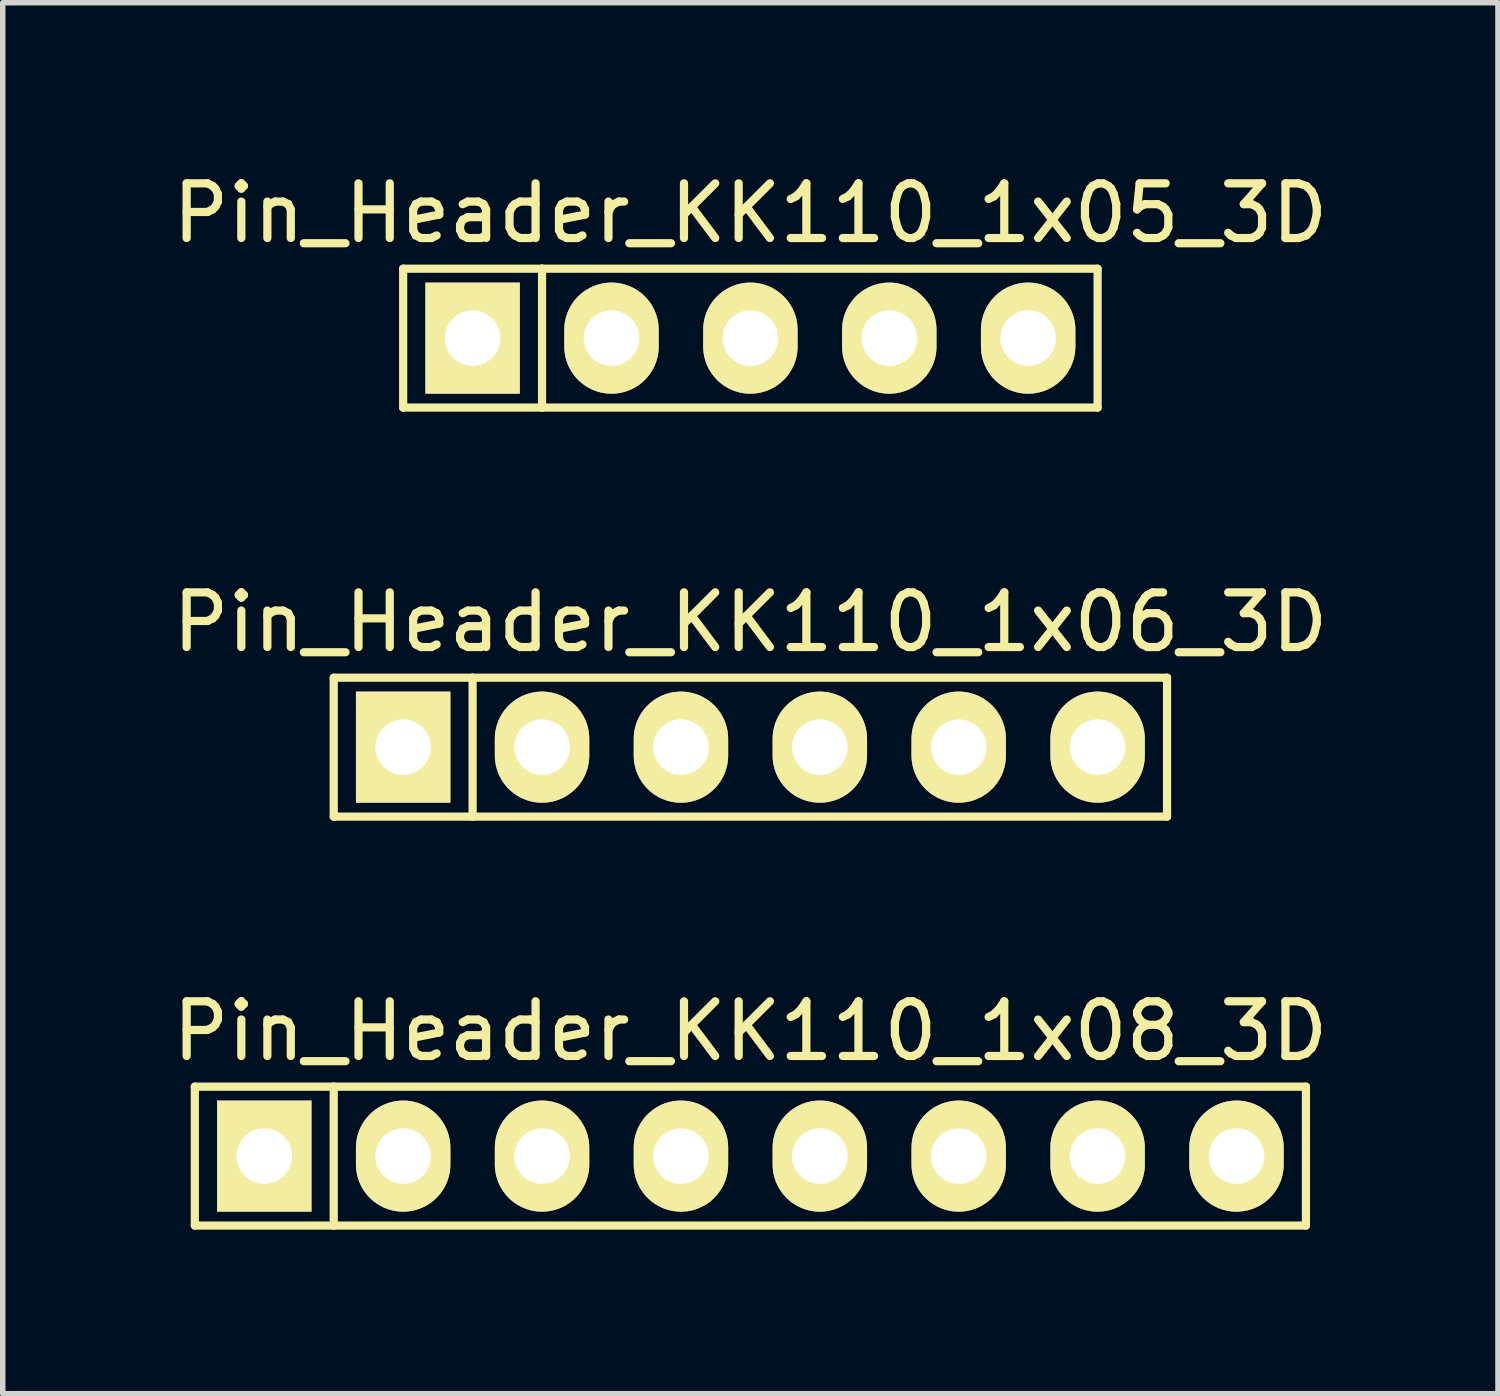
<source format=kicad_pcb>
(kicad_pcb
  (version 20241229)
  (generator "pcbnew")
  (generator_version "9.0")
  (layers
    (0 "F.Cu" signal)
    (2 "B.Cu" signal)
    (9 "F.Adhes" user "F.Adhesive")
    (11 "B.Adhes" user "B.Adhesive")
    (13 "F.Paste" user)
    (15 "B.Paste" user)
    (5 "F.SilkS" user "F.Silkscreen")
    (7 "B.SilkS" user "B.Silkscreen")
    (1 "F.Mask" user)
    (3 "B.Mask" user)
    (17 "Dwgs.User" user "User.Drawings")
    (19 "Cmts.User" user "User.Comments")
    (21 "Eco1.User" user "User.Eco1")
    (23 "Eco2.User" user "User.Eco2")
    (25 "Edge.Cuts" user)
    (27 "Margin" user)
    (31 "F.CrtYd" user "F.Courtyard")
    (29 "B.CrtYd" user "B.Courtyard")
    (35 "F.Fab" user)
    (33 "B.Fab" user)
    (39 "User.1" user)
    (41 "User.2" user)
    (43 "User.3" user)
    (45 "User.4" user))
  (footprint "Pin_Header_KK110_1x08_3D"
    (layer "F.Cu")
    (at 10.673 18.093)
    (property "Reference" "Pin_Header_KK110_1x08_3D" (at 0 -2.286 0) (layer "F.SilkS") (effects (font (size 1 1) (thickness 0.15))))
    (attr through_hole)
    (fp_line (start -10.16 -1.27) (end -10.16 1.27) (stroke (width 0.15) (type solid)) (layer "F.SilkS"))
    (fp_line (start -10.16 -1.27) (end -7.62 -1.27) (stroke (width 0.15) (type solid)) (layer "F.SilkS"))
    (fp_line (start -10.16 1.27) (end -7.62 1.27) (stroke (width 0.15) (type solid)) (layer "F.SilkS"))
    (fp_line (start -7.62 -1.27) (end -7.62 1.27) (stroke (width 0.15) (type solid)) (layer "F.SilkS"))
    (fp_line (start -7.62 -1.27) (end 10.16 -1.27) (stroke (width 0.15) (type solid)) (layer "F.SilkS"))
    (fp_line (start 10.16 -1.27) (end 10.16 1.27) (stroke (width 0.15) (type solid)) (layer "F.SilkS"))
    (fp_line (start 10.16 1.27) (end -7.62 1.27) (stroke (width 0.15) (type solid)) (layer "F.SilkS"))
    (pad "1" thru_hole rect (at -8.89 0) (size 1.727 2.032) (drill 1.016) (layers "*.Cu" "*.Mask" "F.SilkS"))
    (pad "2" thru_hole oval (at -6.35 0) (size 1.727 2.032) (drill 1.016) (layers "*.Cu" "*.Mask" "F.SilkS"))
    (pad "3" thru_hole oval (at -3.81 0) (size 1.727 2.032) (drill 1.016) (layers "*.Cu" "*.Mask" "F.SilkS"))
    (pad "4" thru_hole oval (at -1.27 0) (size 1.727 2.032) (drill 1.016) (layers "*.Cu" "*.Mask" "F.SilkS"))
    (pad "5" thru_hole oval (at 1.27 0) (size 1.727 2.032) (drill 1.016) (layers "*.Cu" "*.Mask" "F.SilkS"))
    (pad "6" thru_hole oval (at 3.81 0) (size 1.727 2.032) (drill 1.016) (layers "*.Cu" "*.Mask" "F.SilkS"))
    (pad "7" thru_hole oval (at 6.35 0) (size 1.727 2.032) (drill 1.016) (layers "*.Cu" "*.Mask" "F.SilkS"))
    (pad "8" thru_hole oval (at 8.89 0) (size 1.727 2.032) (drill 1.016) (layers "*.Cu" "*.Mask" "F.SilkS")))
  (footprint "Pin_Header_KK110_1x06_3D"
    (layer "F.Cu")
    (at 10.673 10.614)
    (property "Reference" "Pin_Header_KK110_1x06_3D" (at 0 -2.286 0) (layer "F.SilkS") (effects (font (size 1 1) (thickness 0.15))))
    (attr through_hole)
    (fp_line (start -7.62 -1.27) (end -7.62 1.27) (stroke (width 0.15) (type solid)) (layer "F.SilkS"))
    (fp_line (start -7.62 -1.27) (end -5.08 -1.27) (stroke (width 0.15) (type solid)) (layer "F.SilkS"))
    (fp_line (start -7.62 1.27) (end -5.08 1.27) (stroke (width 0.15) (type solid)) (layer "F.SilkS"))
    (fp_line (start -5.08 -1.27) (end -5.08 1.27) (stroke (width 0.15) (type solid)) (layer "F.SilkS"))
    (fp_line (start -5.08 -1.27) (end 7.62 -1.27) (stroke (width 0.15) (type solid)) (layer "F.SilkS"))
    (fp_line (start 7.62 -1.27) (end 7.62 1.27) (stroke (width 0.15) (type solid)) (layer "F.SilkS"))
    (fp_line (start 7.62 1.27) (end -5.08 1.27) (stroke (width 0.15) (type solid)) (layer "F.SilkS"))
    (pad "1" thru_hole rect (at -6.35 0) (size 1.727 2.032) (drill 1.016) (layers "*.Cu" "*.Mask" "F.SilkS"))
    (pad "2" thru_hole oval (at -3.81 0) (size 1.727 2.032) (drill 1.016) (layers "*.Cu" "*.Mask" "F.SilkS"))
    (pad "3" thru_hole oval (at -1.27 0) (size 1.727 2.032) (drill 1.016) (layers "*.Cu" "*.Mask" "F.SilkS"))
    (pad "4" thru_hole oval (at 1.27 0) (size 1.727 2.032) (drill 1.016) (layers "*.Cu" "*.Mask" "F.SilkS"))
    (pad "5" thru_hole oval (at 3.81 0) (size 1.727 2.032) (drill 1.016) (layers "*.Cu" "*.Mask" "F.SilkS"))
    (pad "6" thru_hole oval (at 6.35 0) (size 1.727 2.032) (drill 1.016) (layers "*.Cu" "*.Mask" "F.SilkS")))
  (footprint "Pin_Header_KK110_1x05_3D"
    (layer "F.Cu")
    (at 10.673 3.134)
    (property "Reference" "Pin_Header_KK110_1x05_3D" (at 0 -2.286 0) (layer "F.SilkS") (effects (font (size 1 1) (thickness 0.15))))
    (attr through_hole)
    (fp_line (start -6.35 -1.27) (end -6.35 1.27) (stroke (width 0.15) (type solid)) (layer "F.SilkS"))
    (fp_line (start -6.35 -1.27) (end -3.81 -1.27) (stroke (width 0.15) (type solid)) (layer "F.SilkS"))
    (fp_line (start -6.35 1.27) (end -3.81 1.27) (stroke (width 0.15) (type solid)) (layer "F.SilkS"))
    (fp_line (start -3.81 -1.27) (end -3.81 1.27) (stroke (width 0.15) (type solid)) (layer "F.SilkS"))
    (fp_line (start -3.81 -1.27) (end 6.35 -1.27) (stroke (width 0.15) (type solid)) (layer "F.SilkS"))
    (fp_line (start 6.35 -1.27) (end 6.35 1.27) (stroke (width 0.15) (type solid)) (layer "F.SilkS"))
    (fp_line (start 6.35 1.27) (end -3.81 1.27) (stroke (width 0.15) (type solid)) (layer "F.SilkS"))
    (pad "1" thru_hole rect (at -5.08 0) (size 1.727 2.032) (drill 1.016) (layers "*.Cu" "*.Mask" "F.SilkS"))
    (pad "2" thru_hole oval (at -2.54 0) (size 1.727 2.032) (drill 1.016) (layers "*.Cu" "*.Mask" "F.SilkS"))
    (pad "3" thru_hole oval (at 0 0) (size 1.727 2.032) (drill 1.016) (layers "*.Cu" "*.Mask" "F.SilkS"))
    (pad "4" thru_hole oval (at 2.54 0) (size 1.727 2.032) (drill 1.016) (layers "*.Cu" "*.Mask" "F.SilkS"))
    (pad "5" thru_hole oval (at 5.08 0) (size 1.727 2.032) (drill 1.016) (layers "*.Cu" "*.Mask" "F.SilkS")))
  (gr_rect
    (start -3 -3)
    (end 24.345 22.438)
    (stroke (width 0.1) (type default))
    (fill no)
    (layer "Edge.Cuts")))
</source>
